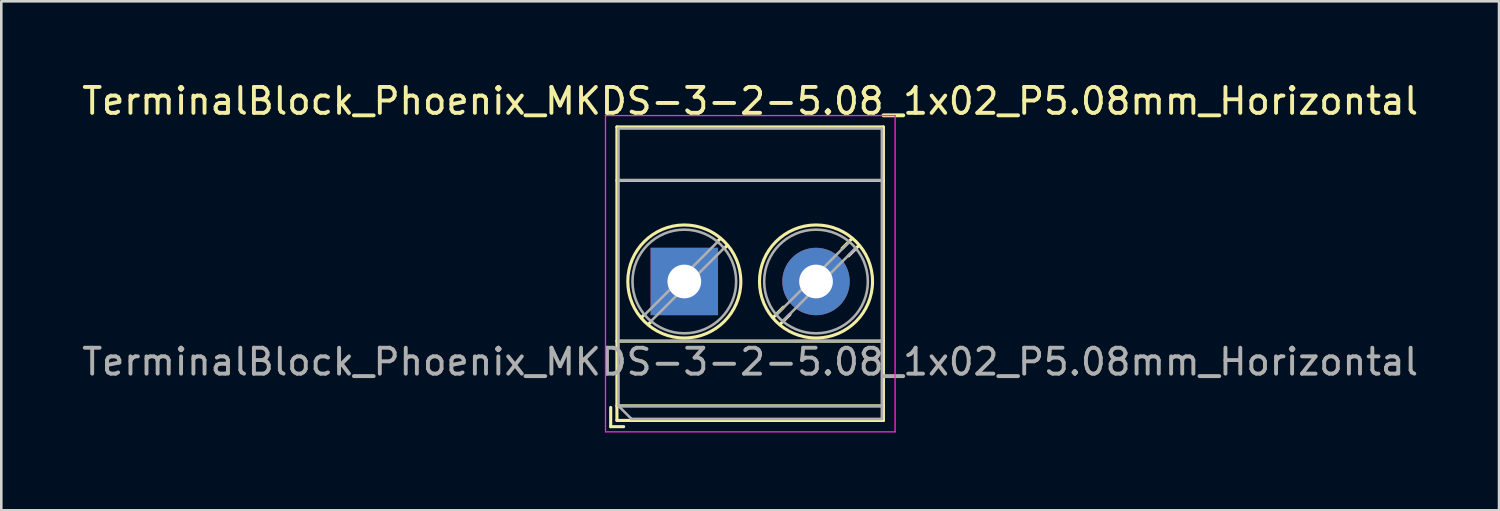
<source format=kicad_pcb>
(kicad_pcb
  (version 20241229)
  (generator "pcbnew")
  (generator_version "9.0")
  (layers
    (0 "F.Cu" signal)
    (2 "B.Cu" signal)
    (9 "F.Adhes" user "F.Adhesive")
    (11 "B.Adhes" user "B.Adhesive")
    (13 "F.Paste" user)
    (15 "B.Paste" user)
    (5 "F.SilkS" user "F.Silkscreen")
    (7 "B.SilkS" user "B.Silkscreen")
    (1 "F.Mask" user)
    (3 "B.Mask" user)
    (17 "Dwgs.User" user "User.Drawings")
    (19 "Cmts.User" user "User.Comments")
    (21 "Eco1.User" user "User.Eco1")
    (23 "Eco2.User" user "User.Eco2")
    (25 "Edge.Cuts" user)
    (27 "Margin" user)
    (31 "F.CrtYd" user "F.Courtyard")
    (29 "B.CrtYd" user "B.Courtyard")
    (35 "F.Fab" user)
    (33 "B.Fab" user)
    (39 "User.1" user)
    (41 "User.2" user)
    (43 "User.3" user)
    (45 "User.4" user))
  (footprint "TerminalBlock_Phoenix_MKDS-3-2-5.08_1x02_P5.08mm_Horizontal"
    (layer "F.Cu")
    (at 23.347 7.808)
    (property "Reference" "TerminalBlock_Phoenix_MKDS-3-2-5.08_1x02_P5.08mm_Horizontal" (at 2.54 -6.96 0) (layer "F.SilkS") (effects (font (size 1 1) (thickness 0.15))))
    (attr through_hole)
    (fp_line (start -2.84 4.86) (end -2.84 5.6) (stroke (width 0.12) (type solid)) (layer "F.SilkS"))
    (fp_line (start -2.84 5.6) (end -2.34 5.6) (stroke (width 0.12) (type solid)) (layer "F.SilkS"))
    (fp_line (start -2.6 -5.96) (end -2.6 5.36) (stroke (width 0.12) (type solid)) (layer "F.SilkS"))
    (fp_line (start -2.6 -5.96) (end 7.68 -5.96) (stroke (width 0.12) (type solid)) (layer "F.SilkS"))
    (fp_line (start -2.6 -3.9) (end 7.68 -3.9) (stroke (width 0.12) (type solid)) (layer "F.SilkS"))
    (fp_line (start -2.6 2.3) (end 7.68 2.3) (stroke (width 0.12) (type solid)) (layer "F.SilkS"))
    (fp_line (start -2.6 4.8) (end 7.68 4.8) (stroke (width 0.12) (type solid)) (layer "F.SilkS"))
    (fp_line (start -2.6 5.36) (end 7.68 5.36) (stroke (width 0.12) (type solid)) (layer "F.SilkS"))
    (fp_line (start -1.548 1.281) (end -1.654 1.388) (stroke (width 0.12) (type solid)) (layer "F.SilkS"))
    (fp_line (start -1.282 1.547) (end -1.388 1.654) (stroke (width 0.12) (type solid)) (layer "F.SilkS"))
    (fp_line (start 1.388 -1.654) (end 1.281 -1.547) (stroke (width 0.12) (type solid)) (layer "F.SilkS"))
    (fp_line (start 1.654 -1.388) (end 1.547 -1.281) (stroke (width 0.12) (type solid)) (layer "F.SilkS"))
    (fp_line (start 3.822 0.992) (end 3.427 1.388) (stroke (width 0.12) (type solid)) (layer "F.SilkS"))
    (fp_line (start 4.073 1.274) (end 3.693 1.654) (stroke (width 0.12) (type solid)) (layer "F.SilkS"))
    (fp_line (start 6.468 -1.654) (end 6.088 -1.274) (stroke (width 0.12) (type solid)) (layer "F.SilkS"))
    (fp_line (start 6.734 -1.388) (end 6.339 -0.992) (stroke (width 0.12) (type solid)) (layer "F.SilkS"))
    (fp_line (start 7.68 -5.96) (end 7.68 5.36) (stroke (width 0.12) (type solid)) (layer "F.SilkS"))
    (fp_circle (center 0 0) (end 2.18 0) (stroke (width 0.12) (type solid)) (fill no) (layer "F.SilkS"))
    (fp_circle (center 5.08 0) (end 7.26 0) (stroke (width 0.12) (type solid)) (fill no) (layer "F.SilkS"))
    (fp_line (start -3.04 -6.4) (end -3.04 5.8) (stroke (width 0.05) (type solid)) (layer "F.CrtYd"))
    (fp_line (start -3.04 5.8) (end 8.13 5.8) (stroke (width 0.05) (type solid)) (layer "F.CrtYd"))
    (fp_line (start 8.13 -6.4) (end -3.04 -6.4) (stroke (width 0.05) (type solid)) (layer "F.CrtYd"))
    (fp_line (start 8.13 5.8) (end 8.13 -6.4) (stroke (width 0.05) (type solid)) (layer "F.CrtYd"))
    (fp_line (start -2.54 -5.9) (end 7.62 -5.9) (stroke (width 0.1) (type solid)) (layer "F.Fab"))
    (fp_line (start -2.54 -3.9) (end 7.62 -3.9) (stroke (width 0.1) (type solid)) (layer "F.Fab"))
    (fp_line (start -2.54 2.3) (end 7.62 2.3) (stroke (width 0.1) (type solid)) (layer "F.Fab"))
    (fp_line (start -2.54 4.8) (end -2.54 -5.9) (stroke (width 0.1) (type solid)) (layer "F.Fab"))
    (fp_line (start -2.54 4.8) (end 7.62 4.8) (stroke (width 0.1) (type solid)) (layer "F.Fab"))
    (fp_line (start -2.04 5.3) (end -2.54 4.8) (stroke (width 0.1) (type solid)) (layer "F.Fab"))
    (fp_line (start 1.273 -1.517) (end -1.517 1.273) (stroke (width 0.1) (type solid)) (layer "F.Fab"))
    (fp_line (start 1.517 -1.273) (end -1.273 1.517) (stroke (width 0.1) (type solid)) (layer "F.Fab"))
    (fp_line (start 6.353 -1.517) (end 3.564 1.273) (stroke (width 0.1) (type solid)) (layer "F.Fab"))
    (fp_line (start 6.597 -1.273) (end 3.808 1.517) (stroke (width 0.1) (type solid)) (layer "F.Fab"))
    (fp_line (start 7.62 -5.9) (end 7.62 5.3) (stroke (width 0.1) (type solid)) (layer "F.Fab"))
    (fp_line (start 7.62 5.3) (end -2.04 5.3) (stroke (width 0.1) (type solid)) (layer "F.Fab"))
    (fp_circle (center 0 0) (end 2 0) (stroke (width 0.1) (type solid)) (fill no) (layer "F.Fab"))
    (fp_circle (center 5.08 0) (end 7.08 0) (stroke (width 0.1) (type solid)) (fill no) (layer "F.Fab"))
    (fp_text user "${REFERENCE}" (at 2.54 3.1 0) (layer "F.Fab") (effects (font (size 1 1) (thickness 0.15))))
    (pad "1" thru_hole rect (at 0 0) (size 2.6 2.6) (drill 1.3) (layers "*.Cu" "*.Mask"))
    (pad "2" thru_hole circle (at 5.08 0) (size 2.6 2.6) (drill 1.3) (layers "*.Cu" "*.Mask")))
  (gr_rect
    (start -3 -3)
    (end 54.774 16.633)
    (stroke (width 0.1) (type default))
    (fill no)
    (layer "Edge.Cuts")))
</source>
